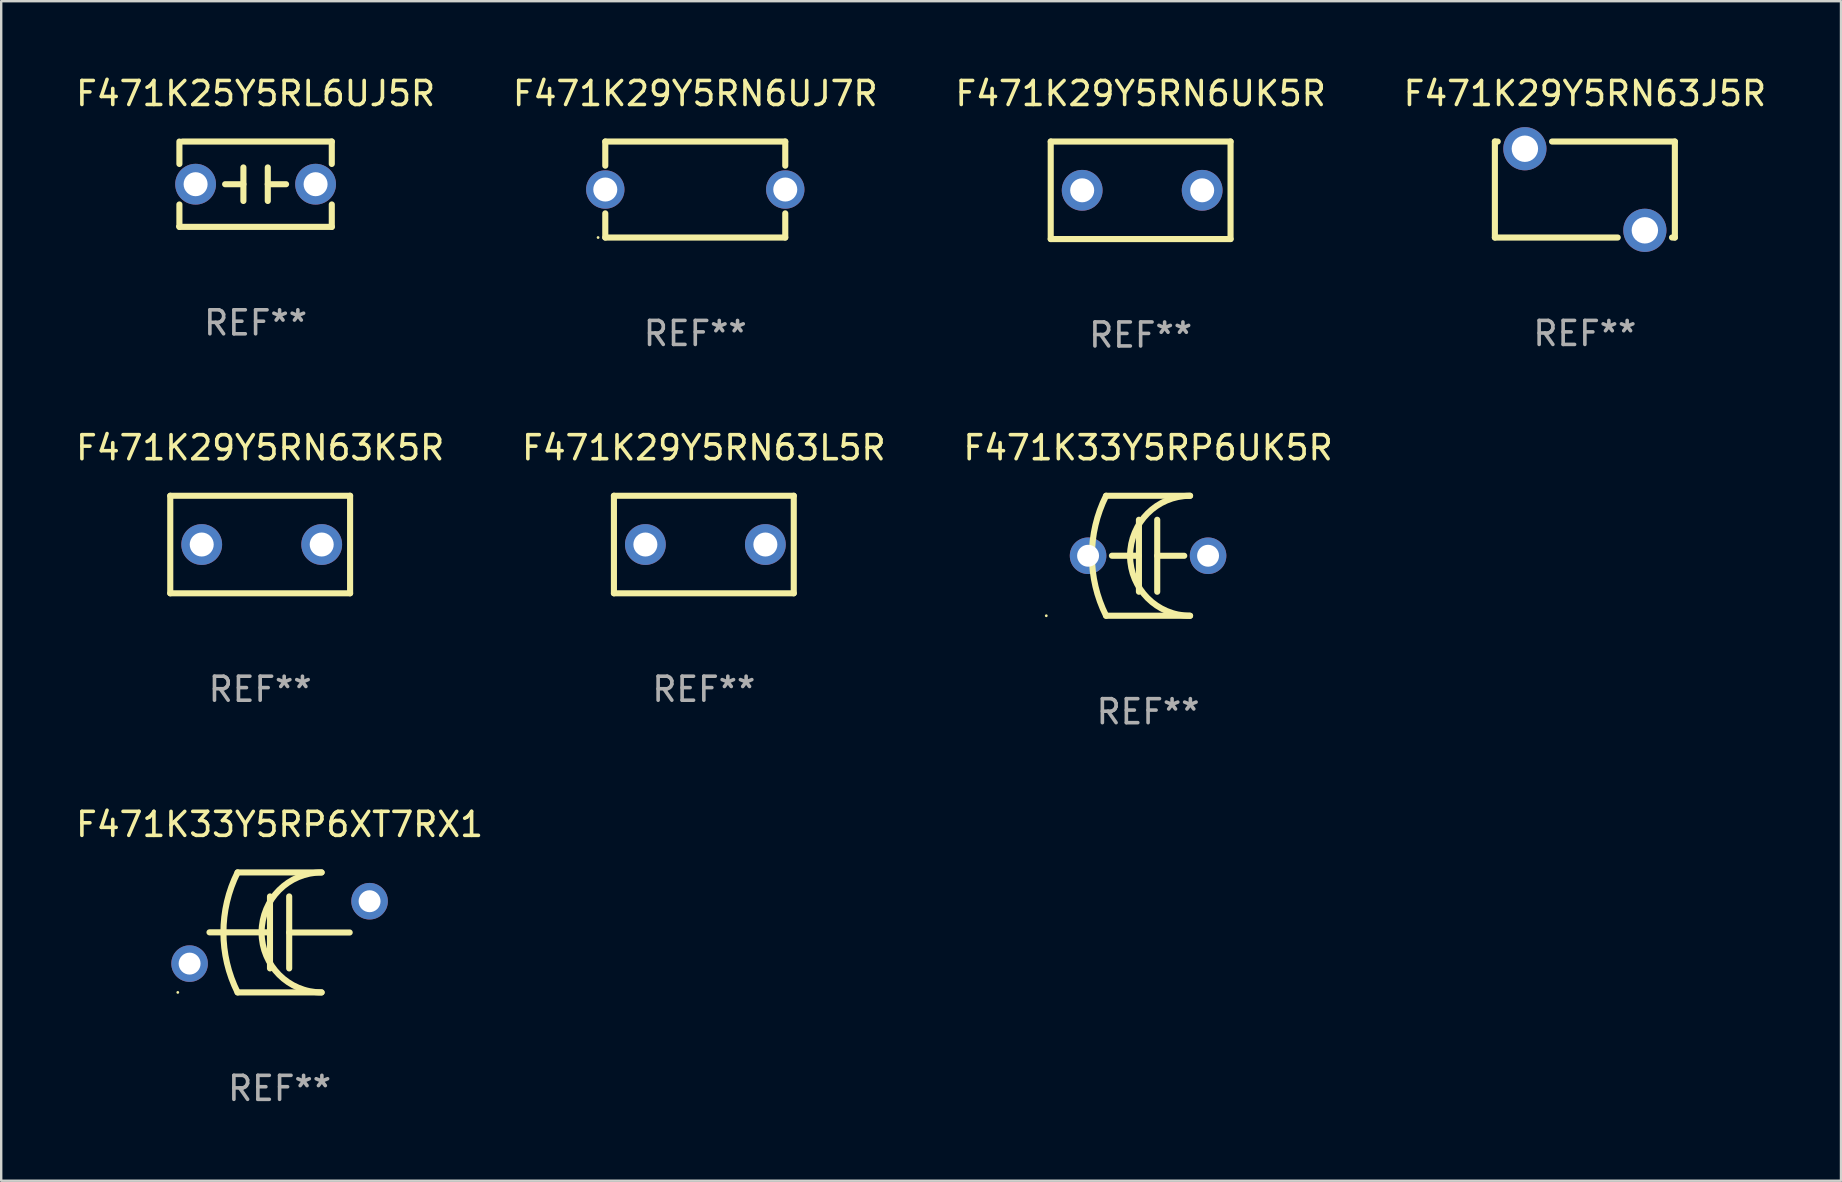
<source format=kicad_pcb>
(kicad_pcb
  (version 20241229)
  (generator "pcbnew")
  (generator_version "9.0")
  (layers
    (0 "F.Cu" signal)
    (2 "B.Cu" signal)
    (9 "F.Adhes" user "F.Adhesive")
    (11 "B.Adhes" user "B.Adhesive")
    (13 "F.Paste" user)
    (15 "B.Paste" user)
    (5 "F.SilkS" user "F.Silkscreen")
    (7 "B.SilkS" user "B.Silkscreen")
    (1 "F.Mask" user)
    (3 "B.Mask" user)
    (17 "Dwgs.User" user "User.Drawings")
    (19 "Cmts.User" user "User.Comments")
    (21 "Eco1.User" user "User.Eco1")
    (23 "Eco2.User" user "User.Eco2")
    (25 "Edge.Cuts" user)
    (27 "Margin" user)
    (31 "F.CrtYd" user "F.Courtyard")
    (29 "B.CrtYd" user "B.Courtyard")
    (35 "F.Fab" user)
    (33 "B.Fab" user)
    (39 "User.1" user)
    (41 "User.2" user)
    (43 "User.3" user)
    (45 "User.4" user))
  (footprint "F471K29Y5RN63J5R"
    (layer "F.Cu")
    (at 62.994 4.848)
    (property "Reference" "F471K29Y5RN63J5R" (at 0 -4 0) (layer "F.SilkS") (effects (font (size 1 1) (thickness 0.15))))
    (attr through_hole)
    (fp_line (start -3.75 -2) (end -3.631 -2) (stroke (width 0.254) (type solid)) (layer "F.SilkS"))
    (fp_line (start -3.75 2) (end -3.75 -2) (stroke (width 0.254) (type solid)) (layer "F.SilkS"))
    (fp_line (start -1.369 -2) (end 3.75 -2) (stroke (width 0.254) (type solid)) (layer "F.SilkS"))
    (fp_line (start 1.369 2) (end -3.75 2) (stroke (width 0.254) (type solid)) (layer "F.SilkS"))
    (fp_line (start 3.75 -2) (end 3.75 2) (stroke (width 0.254) (type solid)) (layer "F.SilkS"))
    (fp_line (start 3.75 2) (end 3.631 2) (stroke (width 0.254) (type solid)) (layer "F.SilkS"))
    (fp_circle (center -3.75 -2) (end -3.72 -2) (stroke (width 0.06) (type solid)) (fill no) (layer "F.SilkS"))
    (fp_text user "REF**" (at 0 6 0) (layer "F.Fab") (effects (font (size 1 1) (thickness 0.15))))
    (pad "1" thru_hole circle (at -2.5 -1.7) (size 1.8 1.8) (drill 1.1) (layers "*.Cu" "*.Mask"))
    (pad "2" thru_hole circle (at 2.5 1.7) (size 1.8 1.8) (drill 1.1) (layers "*.Cu" "*.Mask")))
  (footprint "F471K25Y5RL6UJ5R"
    (layer "F.Cu")
    (at 7.601 4.626)
    (property "Reference" "F471K25Y5RL6UJ5R" (at 0 -3.778 0) (layer "F.SilkS") (effects (font (size 1 1) (thickness 0.15))))
    (attr through_hole)
    (fp_line (start -3.175 -1.778) (end -3.175 -0.844) (stroke (width 0.254) (type solid)) (layer "F.SilkS"))
    (fp_line (start -3.175 0.844) (end -3.175 1.778) (stroke (width 0.254) (type solid)) (layer "F.SilkS"))
    (fp_line (start -3.175 1.778) (end 3.175 1.778) (stroke (width 0.254) (type solid)) (layer "F.SilkS"))
    (fp_line (start -0.508 -0.699) (end -0.508 0.699) (stroke (width 0.254) (type solid)) (layer "F.SilkS"))
    (fp_line (start -0.508 0.001) (end -1.27 0.001) (stroke (width 0.254) (type solid)) (layer "F.SilkS"))
    (fp_line (start 0.508 0.001) (end 1.27 0.001) (stroke (width 0.254) (type solid)) (layer "F.SilkS"))
    (fp_line (start 0.508 0.699) (end 0.508 -0.699) (stroke (width 0.254) (type solid)) (layer "F.SilkS"))
    (fp_line (start 3.175 -1.778) (end -3.048 -1.778) (stroke (width 0.254) (type solid)) (layer "F.SilkS"))
    (fp_line (start 3.175 -0.844) (end 3.175 -1.778) (stroke (width 0.254) (type solid)) (layer "F.SilkS"))
    (fp_line (start 3.175 1.778) (end 3.175 0.844) (stroke (width 0.254) (type solid)) (layer "F.SilkS"))
    (fp_circle (center -3.25 1.75) (end -3.22 1.75) (stroke (width 0.06) (type solid)) (fill no) (layer "F.SilkS"))
    (fp_text user "REF**" (at 0 5.778 0) (layer "F.Fab") (effects (font (size 1 1) (thickness 0.15))))
    (pad "1" thru_hole circle (at -2.5 0) (size 1.7 1.7) (drill 1) (layers "*.Cu" "*.Mask"))
    (pad "2" thru_hole circle (at 2.5 0) (size 1.7 1.7) (drill 1) (layers "*.Cu" "*.Mask")))
  (footprint "F471K33Y5RP6XT7RX1"
    (layer "F.Cu")
    (at 8.601 35.805)
    (property "Reference" "F471K33Y5RP6XT7RX1" (at 0 -4.5 0) (layer "F.SilkS") (effects (font (size 1 1) (thickness 0.15))))
    (attr through_hole)
    (fp_line (start -1.75 -2.5) (end 1.75 -2.5) (stroke (width 0.254) (type solid)) (layer "F.SilkS"))
    (fp_line (start -0.4 -1.5) (end -0.4 1.5) (stroke (width 0.254) (type solid)) (layer "F.SilkS"))
    (fp_line (start -0.4 -0.003) (end -2.921 -0.003) (stroke (width 0.254) (type solid)) (layer "F.SilkS"))
    (fp_line (start 0.4 0.003) (end 2.921 0.003) (stroke (width 0.254) (type solid)) (layer "F.SilkS"))
    (fp_line (start 0.4 1.5) (end 0.4 -1.5) (stroke (width 0.254) (type solid)) (layer "F.SilkS"))
    (fp_line (start 1.75 2.5) (end -1.75 2.5) (stroke (width 0.254) (type solid)) (layer "F.SilkS"))
    (fp_arc (start -1.750064 2.499365) (mid -2.34014 -0.000324) (end -1.750013 -2.5) (stroke (width 0.254001) (type solid)) (layer "F.SilkS"))
    (fp_arc (start 1.750013 2.5) (mid -0.749606 0.000293) (end 1.750063 -2.499364) (stroke (width 0.254001) (type solid)) (layer "F.SilkS"))
    (fp_circle (center -4.242 2.5) (end -4.212 2.5) (stroke (width 0.06) (type solid)) (fill no) (layer "F.SilkS"))
    (fp_text user "REF**" (at 0 6.5 0) (layer "F.Fab") (effects (font (size 1 1) (thickness 0.15))))
    (pad "1" thru_hole circle (at -3.75 1.3) (size 1.524 1.524) (drill 0.914) (layers "*.Cu" "*.Mask"))
    (pad "2" thru_hole circle (at 3.75 -1.3) (size 1.524 1.524) (drill 0.914) (layers "*.Cu" "*.Mask")))
  (footprint "F471K29Y5RN63K5R"
    (layer "F.Cu")
    (at 7.792 19.641)
    (property "Reference" "F471K29Y5RN63K5R" (at 0 -4.032 0) (layer "F.SilkS") (effects (font (size 1 1) (thickness 0.15))))
    (attr through_hole)
    (fp_line (start -3.747 -2.032) (end -3.747 2.032) (stroke (width 0.254) (type solid)) (layer "F.SilkS"))
    (fp_line (start -3.747 2.032) (end 3.747 2.032) (stroke (width 0.254) (type solid)) (layer "F.SilkS"))
    (fp_line (start 3.747 -2.032) (end -3.747 -2.032) (stroke (width 0.254) (type solid)) (layer "F.SilkS"))
    (fp_line (start 3.747 2.032) (end 3.747 -2.032) (stroke (width 0.254) (type solid)) (layer "F.SilkS"))
    (fp_circle (center -3.687 2) (end -3.657 2) (stroke (width 0.06) (type solid)) (fill no) (layer "F.SilkS"))
    (fp_text user "REF**" (at 0 6.032 0) (layer "F.Fab") (effects (font (size 1 1) (thickness 0.15))))
    (pad "1" thru_hole circle (at -2.436 0) (size 1.7 1.7) (drill 1) (layers "*.Cu" "*.Mask"))
    (pad "2" thru_hole circle (at 2.564 0) (size 1.7 1.7) (drill 1) (layers "*.Cu" "*.Mask")))
  (footprint "F471K33Y5RP6UK5R"
    (layer "F.Cu")
    (at 44.792 20.109)
    (property "Reference" "F471K33Y5RP6UK5R" (at 0 -4.5 0) (layer "F.SilkS") (effects (font (size 1 1) (thickness 0.15))))
    (attr through_hole)
    (fp_line (start -1.75 -2.5) (end 1.75 -2.5) (stroke (width 0.254) (type solid)) (layer "F.SilkS"))
    (fp_line (start -0.381 -1.5) (end -0.381 1.5) (stroke (width 0.254) (type solid)) (layer "F.SilkS"))
    (fp_line (start -0.381 -0.001) (end -1.507 -0.001) (stroke (width 0.254) (type solid)) (layer "F.SilkS"))
    (fp_line (start 0.381 0.001) (end 1.507 0.001) (stroke (width 0.254) (type solid)) (layer "F.SilkS"))
    (fp_line (start 0.381 1.5) (end 0.381 -1.5) (stroke (width 0.254) (type solid)) (layer "F.SilkS"))
    (fp_line (start 1.75 2.5) (end -1.75 2.5) (stroke (width 0.254) (type solid)) (layer "F.SilkS"))
    (fp_arc (start -1.750191 2.499365) (mid -2.340267 -0.000324) (end -1.75014 -2.5) (stroke (width 0.254001) (type solid)) (layer "F.SilkS"))
    (fp_arc (start 1.749886 2.5) (mid -0.749733 0.000293) (end 1.749936 -2.499364) (stroke (width 0.254001) (type solid)) (layer "F.SilkS"))
    (fp_circle (center -4.242 2.5) (end -4.212 2.5) (stroke (width 0.06) (type solid)) (fill no) (layer "F.SilkS"))
    (fp_text user "REF**" (at 0 6.5 0) (layer "F.Fab") (effects (font (size 1 1) (thickness 0.15))))
    (pad "1" thru_hole circle (at -2.5 0) (size 1.524 1.524) (drill 0.914) (layers "*.Cu" "*.Mask"))
    (pad "2" thru_hole circle (at 2.5 0) (size 1.524 1.524) (drill 0.914) (layers "*.Cu" "*.Mask")))
  (footprint "F471K29Y5RN6UJ7R"
    (layer "F.Cu")
    (at 25.923 4.848)
    (property "Reference" "F471K29Y5RN6UJ7R" (at 0 -4 0) (layer "F.SilkS") (effects (font (size 1 1) (thickness 0.15))))
    (attr through_hole)
    (fp_line (start -3.75 -2) (end 3.75 -2) (stroke (width 0.254) (type solid)) (layer "F.SilkS"))
    (fp_line (start -3.75 -0.993) (end -3.75 -2) (stroke (width 0.254) (type solid)) (layer "F.SilkS"))
    (fp_line (start -3.75 2) (end -3.75 0.993) (stroke (width 0.254) (type solid)) (layer "F.SilkS"))
    (fp_line (start 3.75 -2) (end 3.75 -0.993) (stroke (width 0.254) (type solid)) (layer "F.SilkS"))
    (fp_line (start 3.75 0.993) (end 3.75 2) (stroke (width 0.254) (type solid)) (layer "F.SilkS"))
    (fp_line (start 3.75 2) (end -3.75 2) (stroke (width 0.254) (type solid)) (layer "F.SilkS"))
    (fp_circle (center -4.05 2) (end -4.02 2) (stroke (width 0.06) (type solid)) (fill no) (layer "F.SilkS"))
    (fp_text user "REF**" (at 0 6 0) (layer "F.Fab") (effects (font (size 1 1) (thickness 0.15))))
    (pad "1" thru_hole circle (at -3.75 0) (size 1.6 1.6) (drill 1) (layers "*.Cu" "*.Mask"))
    (pad "2" thru_hole circle (at 3.75 0) (size 1.6 1.6) (drill 1) (layers "*.Cu" "*.Mask")))
  (footprint "F471K29Y5RN6UK5R"
    (layer "F.Cu")
    (at 44.482 4.88)
    (property "Reference" "F471K29Y5RN6UK5R" (at 0 -4.032 0) (layer "F.SilkS") (effects (font (size 1 1) (thickness 0.15))))
    (attr through_hole)
    (fp_line (start -3.747 -2.032) (end -3.747 2.032) (stroke (width 0.254) (type solid)) (layer "F.SilkS"))
    (fp_line (start -3.747 2.032) (end 3.747 2.032) (stroke (width 0.254) (type solid)) (layer "F.SilkS"))
    (fp_line (start 3.747 -2.032) (end -3.747 -2.032) (stroke (width 0.254) (type solid)) (layer "F.SilkS"))
    (fp_line (start 3.747 2.032) (end 3.747 -2.032) (stroke (width 0.254) (type solid)) (layer "F.SilkS"))
    (fp_circle (center -3.687 2) (end -3.657 2) (stroke (width 0.06) (type solid)) (fill no) (layer "F.SilkS"))
    (fp_text user "REF**" (at 0 6.032 0) (layer "F.Fab") (effects (font (size 1 1) (thickness 0.15))))
    (pad "1" thru_hole circle (at -2.436 0) (size 1.7 1.7) (drill 1) (layers "*.Cu" "*.Mask"))
    (pad "2" thru_hole circle (at 2.564 0) (size 1.7 1.7) (drill 1) (layers "*.Cu" "*.Mask")))
  (footprint "F471K29Y5RN63L5R"
    (layer "F.Cu")
    (at 26.28 19.641)
    (property "Reference" "F471K29Y5RN63L5R" (at 0 -4.032 0) (layer "F.SilkS") (effects (font (size 1 1) (thickness 0.15))))
    (attr through_hole)
    (fp_line (start -3.747 -2.032) (end -3.747 2.032) (stroke (width 0.254) (type solid)) (layer "F.SilkS"))
    (fp_line (start -3.747 2.032) (end 3.747 2.032) (stroke (width 0.254) (type solid)) (layer "F.SilkS"))
    (fp_line (start 3.747 -2.032) (end -3.747 -2.032) (stroke (width 0.254) (type solid)) (layer "F.SilkS"))
    (fp_line (start 3.747 2.032) (end 3.747 -2.032) (stroke (width 0.254) (type solid)) (layer "F.SilkS"))
    (fp_circle (center -3.687 2) (end -3.657 2) (stroke (width 0.06) (type solid)) (fill no) (layer "F.SilkS"))
    (fp_text user "REF**" (at 0 6.032 0) (layer "F.Fab") (effects (font (size 1 1) (thickness 0.15))))
    (pad "1" thru_hole circle (at -2.436 0) (size 1.7 1.7) (drill 1) (layers "*.Cu" "*.Mask"))
    (pad "2" thru_hole circle (at 2.564 0) (size 1.7 1.7) (drill 1) (layers "*.Cu" "*.Mask")))
  (gr_rect
    (start -3 -3)
    (end 73.667 46.154)
    (stroke (width 0.1) (type default))
    (fill no)
    (layer "Edge.Cuts")))
</source>
